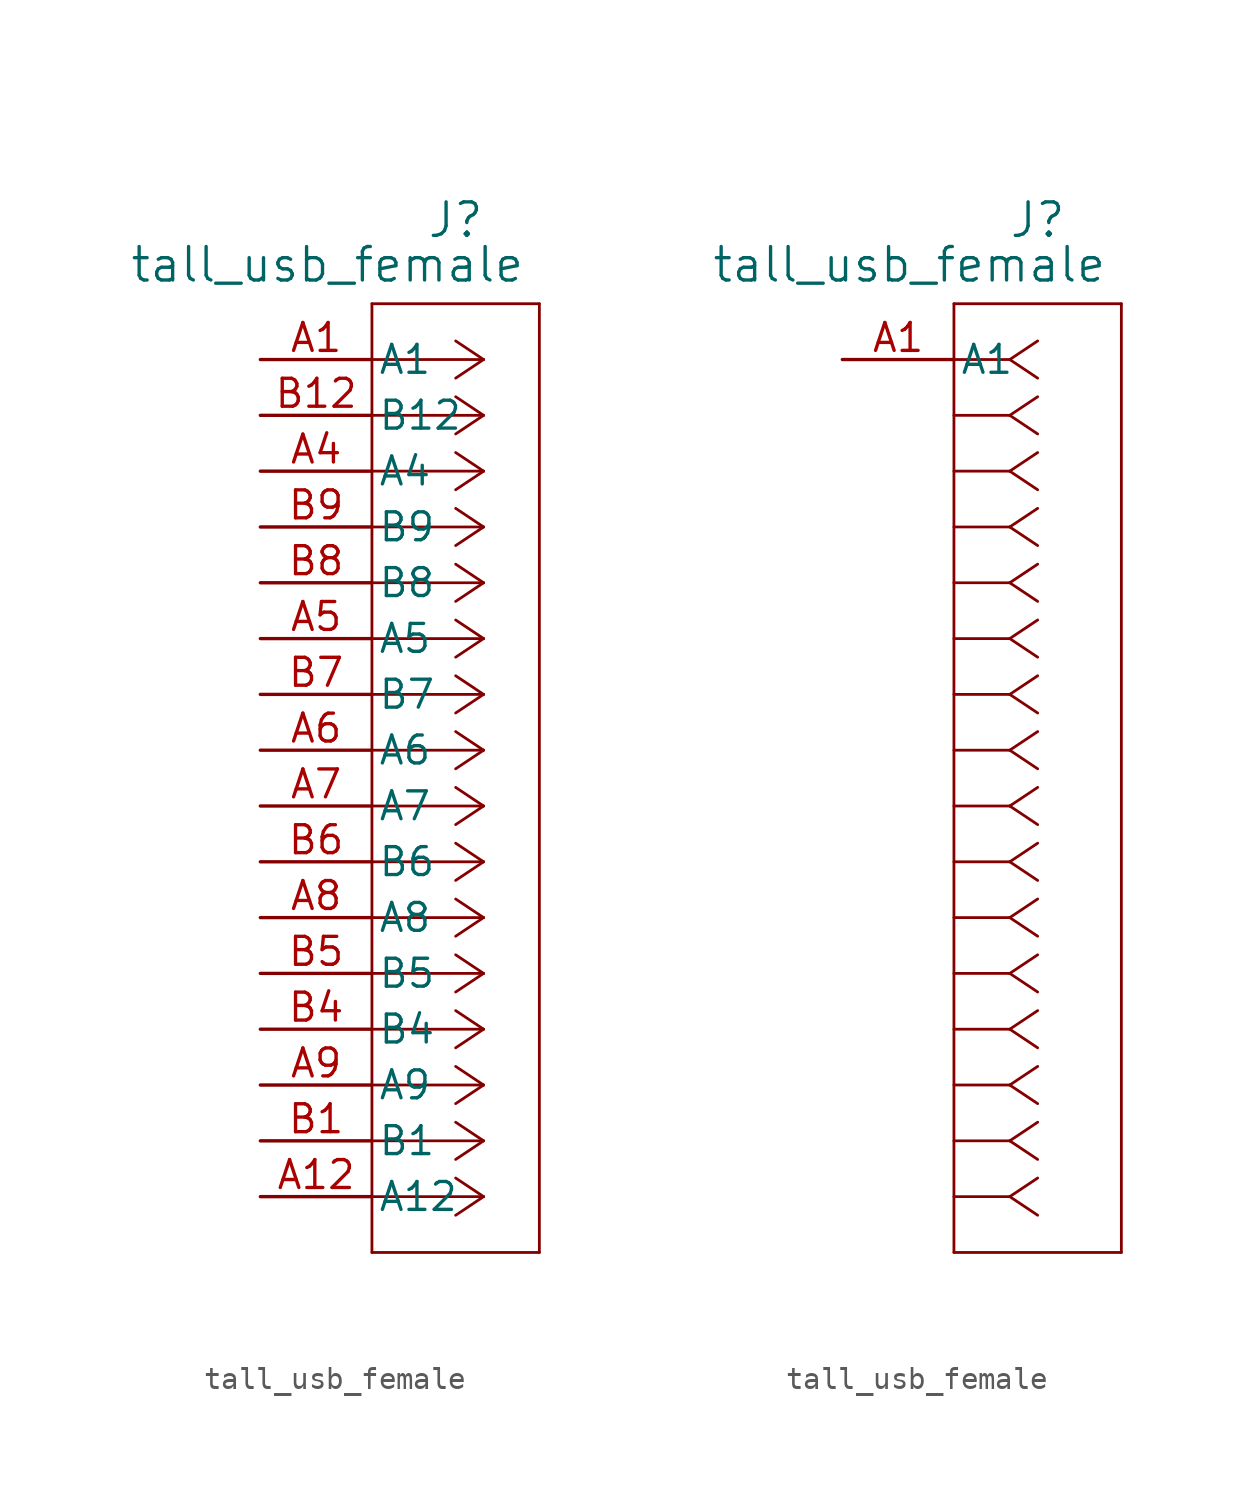
<source format=kicad_sym>
(kicad_symbol_lib
  (version 20231120)
  (generator "kicad_symbol_editor")
  (generator_version "8.0")
  (symbol "tall_usb_female"
    (pin_names
      (offset 0.254))
    (property "Reference" "J"
      (at 8.89 6.35 0)
      (effects (font (size 1.524 1.524))))
    (property "Value" "tall_usb_female"
      (at 3.048 4.318 0)
      (effects (font (size 1.524 1.524))))
    (property "ki_locked" ""
      (at 0 0 0)
      (effects (font (size 1.27 1.27))))
    (symbol "tall_usb_female_1_1"
      (polyline (pts (xy 5.08 -40.64) (xy 12.7 -40.64)) (stroke (width 0.127) (type default)) (fill (type none)))
      (polyline (pts (xy 5.08 2.54) (xy 5.08 -40.64)) (stroke (width 0.127) (type default)) (fill (type none)))
      (polyline (pts (xy 10.16 -38.1) (xy 5.08 -38.1)) (stroke (width 0.127) (type default)) (fill (type none)))
      (polyline (pts (xy 10.16 -38.1) (xy 8.89 -38.947)) (stroke (width 0.127) (type default)) (fill (type none)))
      (polyline (pts (xy 10.16 -38.1) (xy 8.89 -37.253)) (stroke (width 0.127) (type default)) (fill (type none)))
      (polyline (pts (xy 10.16 -35.56) (xy 5.08 -35.56)) (stroke (width 0.127) (type default)) (fill (type none)))
      (polyline (pts (xy 10.16 -35.56) (xy 8.89 -36.407)) (stroke (width 0.127) (type default)) (fill (type none)))
      (polyline (pts (xy 10.16 -35.56) (xy 8.89 -34.713)) (stroke (width 0.127) (type default)) (fill (type none)))
      (polyline (pts (xy 10.16 -33.02) (xy 5.08 -33.02)) (stroke (width 0.127) (type default)) (fill (type none)))
      (polyline (pts (xy 10.16 -33.02) (xy 8.89 -33.867)) (stroke (width 0.127) (type default)) (fill (type none)))
      (polyline (pts (xy 10.16 -33.02) (xy 8.89 -32.173)) (stroke (width 0.127) (type default)) (fill (type none)))
      (polyline (pts (xy 10.16 -30.48) (xy 5.08 -30.48)) (stroke (width 0.127) (type default)) (fill (type none)))
      (polyline (pts (xy 10.16 -30.48) (xy 8.89 -31.327)) (stroke (width 0.127) (type default)) (fill (type none)))
      (polyline (pts (xy 10.16 -30.48) (xy 8.89 -29.633)) (stroke (width 0.127) (type default)) (fill (type none)))
      (polyline (pts (xy 10.16 -27.94) (xy 5.08 -27.94)) (stroke (width 0.127) (type default)) (fill (type none)))
      (polyline (pts (xy 10.16 -27.94) (xy 8.89 -28.787)) (stroke (width 0.127) (type default)) (fill (type none)))
      (polyline (pts (xy 10.16 -27.94) (xy 8.89 -27.093)) (stroke (width 0.127) (type default)) (fill (type none)))
      (polyline (pts (xy 10.16 -25.4) (xy 5.08 -25.4)) (stroke (width 0.127) (type default)) (fill (type none)))
      (polyline (pts (xy 10.16 -25.4) (xy 8.89 -26.247)) (stroke (width 0.127) (type default)) (fill (type none)))
      (polyline (pts (xy 10.16 -25.4) (xy 8.89 -24.553)) (stroke (width 0.127) (type default)) (fill (type none)))
      (polyline (pts (xy 10.16 -22.86) (xy 5.08 -22.86)) (stroke (width 0.127) (type default)) (fill (type none)))
      (polyline (pts (xy 10.16 -22.86) (xy 8.89 -23.707)) (stroke (width 0.127) (type default)) (fill (type none)))
      (polyline (pts (xy 10.16 -22.86) (xy 8.89 -22.013)) (stroke (width 0.127) (type default)) (fill (type none)))
      (polyline (pts (xy 10.16 -20.32) (xy 5.08 -20.32)) (stroke (width 0.127) (type default)) (fill (type none)))
      (polyline (pts (xy 10.16 -20.32) (xy 8.89 -21.167)) (stroke (width 0.127) (type default)) (fill (type none)))
      (polyline (pts (xy 10.16 -20.32) (xy 8.89 -19.473)) (stroke (width 0.127) (type default)) (fill (type none)))
      (polyline (pts (xy 10.16 -17.78) (xy 5.08 -17.78)) (stroke (width 0.127) (type default)) (fill (type none)))
      (polyline (pts (xy 10.16 -17.78) (xy 8.89 -18.627)) (stroke (width 0.127) (type default)) (fill (type none)))
      (polyline (pts (xy 10.16 -17.78) (xy 8.89 -16.933)) (stroke (width 0.127) (type default)) (fill (type none)))
      (polyline (pts (xy 10.16 -15.24) (xy 5.08 -15.24)) (stroke (width 0.127) (type default)) (fill (type none)))
      (polyline (pts (xy 10.16 -15.24) (xy 8.89 -16.087)) (stroke (width 0.127) (type default)) (fill (type none)))
      (polyline (pts (xy 10.16 -15.24) (xy 8.89 -14.393)) (stroke (width 0.127) (type default)) (fill (type none)))
      (polyline (pts (xy 10.16 -12.7) (xy 5.08 -12.7)) (stroke (width 0.127) (type default)) (fill (type none)))
      (polyline (pts (xy 10.16 -12.7) (xy 8.89 -13.547)) (stroke (width 0.127) (type default)) (fill (type none)))
      (polyline (pts (xy 10.16 -12.7) (xy 8.89 -11.853)) (stroke (width 0.127) (type default)) (fill (type none)))
      (polyline (pts (xy 10.16 -10.16) (xy 5.08 -10.16)) (stroke (width 0.127) (type default)) (fill (type none)))
      (polyline (pts (xy 10.16 -10.16) (xy 8.89 -11.007)) (stroke (width 0.127) (type default)) (fill (type none)))
      (polyline (pts (xy 10.16 -10.16) (xy 8.89 -9.313)) (stroke (width 0.127) (type default)) (fill (type none)))
      (polyline (pts (xy 10.16 -7.62) (xy 5.08 -7.62)) (stroke (width 0.127) (type default)) (fill (type none)))
      (polyline (pts (xy 10.16 -7.62) (xy 8.89 -8.467)) (stroke (width 0.127) (type default)) (fill (type none)))
      (polyline (pts (xy 10.16 -7.62) (xy 8.89 -6.773)) (stroke (width 0.127) (type default)) (fill (type none)))
      (polyline (pts (xy 10.16 -5.08) (xy 5.08 -5.08)) (stroke (width 0.127) (type default)) (fill (type none)))
      (polyline (pts (xy 10.16 -5.08) (xy 8.89 -5.927)) (stroke (width 0.127) (type default)) (fill (type none)))
      (polyline (pts (xy 10.16 -5.08) (xy 8.89 -4.233)) (stroke (width 0.127) (type default)) (fill (type none)))
      (polyline (pts (xy 10.16 -2.54) (xy 5.08 -2.54)) (stroke (width 0.127) (type default)) (fill (type none)))
      (polyline (pts (xy 10.16 -2.54) (xy 8.89 -3.387)) (stroke (width 0.127) (type default)) (fill (type none)))
      (polyline (pts (xy 10.16 -2.54) (xy 8.89 -1.693)) (stroke (width 0.127) (type default)) (fill (type none)))
      (polyline (pts (xy 10.16 0) (xy 5.08 0)) (stroke (width 0.127) (type default)) (fill (type none)))
      (polyline (pts (xy 10.16 0) (xy 8.89 -0.847)) (stroke (width 0.127) (type default)) (fill (type none)))
      (polyline (pts (xy 10.16 0) (xy 8.89 0.847)) (stroke (width 0.127) (type default)) (fill (type none)))
      (polyline (pts (xy 12.7 -40.64) (xy 12.7 2.54)) (stroke (width 0.127) (type default)) (fill (type none)))
      (polyline (pts (xy 12.7 2.54) (xy 5.08 2.54)) (stroke (width 0.127) (type default)) (fill (type none)))
      (pin bidirectional line (at 0 0 0) (length 5.08) (name "A1" (effects (font (size 1.27 1.27)))) (number "A1" (effects (font (size 1.27 1.27)))))
      (pin bidirectional line (at 0 -38.1 0) (length 5.08) (name "A12" (effects (font (size 1.27 1.27)))) (number "A12" (effects (font (size 1.27 1.27)))))
      (pin bidirectional line (at 0 -5.08 0) (length 5.08) (name "A4" (effects (font (size 1.27 1.27)))) (number "A4" (effects (font (size 1.27 1.27)))))
      (pin bidirectional line (at 0 -12.7 0) (length 5.08) (name "A5" (effects (font (size 1.27 1.27)))) (number "A5" (effects (font (size 1.27 1.27)))))
      (pin bidirectional line (at 0 -17.78 0) (length 5.08) (name "A6" (effects (font (size 1.27 1.27)))) (number "A6" (effects (font (size 1.27 1.27)))))
      (pin bidirectional line (at 0 -20.32 0) (length 5.08) (name "A7" (effects (font (size 1.27 1.27)))) (number "A7" (effects (font (size 1.27 1.27)))))
      (pin bidirectional line (at 0 -25.4 0) (length 5.08) (name "A8" (effects (font (size 1.27 1.27)))) (number "A8" (effects (font (size 1.27 1.27)))))
      (pin bidirectional line (at 0 -33.02 0) (length 5.08) (name "A9" (effects (font (size 1.27 1.27)))) (number "A9" (effects (font (size 1.27 1.27)))))
      (pin bidirectional line (at 0 -35.56 0) (length 5.08) (name "B1" (effects (font (size 1.27 1.27)))) (number "B1" (effects (font (size 1.27 1.27)))))
      (pin bidirectional line (at 0 -2.54 0) (length 5.08) (name "B12" (effects (font (size 1.27 1.27)))) (number "B12" (effects (font (size 1.27 1.27)))))
      (pin bidirectional line (at 0 -30.48 0) (length 5.08) (name "B4" (effects (font (size 1.27 1.27)))) (number "B4" (effects (font (size 1.27 1.27)))))
      (pin bidirectional line (at 0 -27.94 0) (length 5.08) (name "B5" (effects (font (size 1.27 1.27)))) (number "B5" (effects (font (size 1.27 1.27)))))
      (pin bidirectional line (at 0 -22.86 0) (length 5.08) (name "B6" (effects (font (size 1.27 1.27)))) (number "B6" (effects (font (size 1.27 1.27)))))
      (pin bidirectional line (at 0 -15.24 0) (length 5.08) (name "B7" (effects (font (size 1.27 1.27)))) (number "B7" (effects (font (size 1.27 1.27)))))
      (pin bidirectional line (at 0 -10.16 0) (length 5.08) (name "B8" (effects (font (size 1.27 1.27)))) (number "B8" (effects (font (size 1.27 1.27)))))
      (pin bidirectional line (at 0 -7.62 0) (length 5.08) (name "B9" (effects (font (size 1.27 1.27)))) (number "B9" (effects (font (size 1.27 1.27))))))
    (symbol "tall_usb_female_1_2"
      (polyline (pts (xy 5.08 -40.64) (xy 12.7 -40.64)) (stroke (width 0.127) (type default)) (fill (type none)))
      (polyline (pts (xy 5.08 2.54) (xy 5.08 -40.64)) (stroke (width 0.127) (type default)) (fill (type none)))
      (polyline (pts (xy 7.62 -38.1) (xy 5.08 -38.1)) (stroke (width 0.127) (type default)) (fill (type none)))
      (polyline (pts (xy 7.62 -38.1) (xy 8.89 -38.947)) (stroke (width 0.127) (type default)) (fill (type none)))
      (polyline (pts (xy 7.62 -38.1) (xy 8.89 -37.253)) (stroke (width 0.127) (type default)) (fill (type none)))
      (polyline (pts (xy 7.62 -35.56) (xy 5.08 -35.56)) (stroke (width 0.127) (type default)) (fill (type none)))
      (polyline (pts (xy 7.62 -35.56) (xy 8.89 -36.407)) (stroke (width 0.127) (type default)) (fill (type none)))
      (polyline (pts (xy 7.62 -35.56) (xy 8.89 -34.713)) (stroke (width 0.127) (type default)) (fill (type none)))
      (polyline (pts (xy 7.62 -33.02) (xy 5.08 -33.02)) (stroke (width 0.127) (type default)) (fill (type none)))
      (polyline (pts (xy 7.62 -33.02) (xy 8.89 -33.867)) (stroke (width 0.127) (type default)) (fill (type none)))
      (polyline (pts (xy 7.62 -33.02) (xy 8.89 -32.173)) (stroke (width 0.127) (type default)) (fill (type none)))
      (polyline (pts (xy 7.62 -30.48) (xy 5.08 -30.48)) (stroke (width 0.127) (type default)) (fill (type none)))
      (polyline (pts (xy 7.62 -30.48) (xy 8.89 -31.327)) (stroke (width 0.127) (type default)) (fill (type none)))
      (polyline (pts (xy 7.62 -30.48) (xy 8.89 -29.633)) (stroke (width 0.127) (type default)) (fill (type none)))
      (polyline (pts (xy 7.62 -27.94) (xy 5.08 -27.94)) (stroke (width 0.127) (type default)) (fill (type none)))
      (polyline (pts (xy 7.62 -27.94) (xy 8.89 -28.787)) (stroke (width 0.127) (type default)) (fill (type none)))
      (polyline (pts (xy 7.62 -27.94) (xy 8.89 -27.093)) (stroke (width 0.127) (type default)) (fill (type none)))
      (polyline (pts (xy 7.62 -25.4) (xy 5.08 -25.4)) (stroke (width 0.127) (type default)) (fill (type none)))
      (polyline (pts (xy 7.62 -25.4) (xy 8.89 -26.247)) (stroke (width 0.127) (type default)) (fill (type none)))
      (polyline (pts (xy 7.62 -25.4) (xy 8.89 -24.553)) (stroke (width 0.127) (type default)) (fill (type none)))
      (polyline (pts (xy 7.62 -22.86) (xy 5.08 -22.86)) (stroke (width 0.127) (type default)) (fill (type none)))
      (polyline (pts (xy 7.62 -22.86) (xy 8.89 -23.707)) (stroke (width 0.127) (type default)) (fill (type none)))
      (polyline (pts (xy 7.62 -22.86) (xy 8.89 -22.013)) (stroke (width 0.127) (type default)) (fill (type none)))
      (polyline (pts (xy 7.62 -20.32) (xy 5.08 -20.32)) (stroke (width 0.127) (type default)) (fill (type none)))
      (polyline (pts (xy 7.62 -20.32) (xy 8.89 -21.167)) (stroke (width 0.127) (type default)) (fill (type none)))
      (polyline (pts (xy 7.62 -20.32) (xy 8.89 -19.473)) (stroke (width 0.127) (type default)) (fill (type none)))
      (polyline (pts (xy 7.62 -17.78) (xy 5.08 -17.78)) (stroke (width 0.127) (type default)) (fill (type none)))
      (polyline (pts (xy 7.62 -17.78) (xy 8.89 -18.627)) (stroke (width 0.127) (type default)) (fill (type none)))
      (polyline (pts (xy 7.62 -17.78) (xy 8.89 -16.933)) (stroke (width 0.127) (type default)) (fill (type none)))
      (polyline (pts (xy 7.62 -15.24) (xy 5.08 -15.24)) (stroke (width 0.127) (type default)) (fill (type none)))
      (polyline (pts (xy 7.62 -15.24) (xy 8.89 -16.087)) (stroke (width 0.127) (type default)) (fill (type none)))
      (polyline (pts (xy 7.62 -15.24) (xy 8.89 -14.393)) (stroke (width 0.127) (type default)) (fill (type none)))
      (polyline (pts (xy 7.62 -12.7) (xy 5.08 -12.7)) (stroke (width 0.127) (type default)) (fill (type none)))
      (polyline (pts (xy 7.62 -12.7) (xy 8.89 -13.547)) (stroke (width 0.127) (type default)) (fill (type none)))
      (polyline (pts (xy 7.62 -12.7) (xy 8.89 -11.853)) (stroke (width 0.127) (type default)) (fill (type none)))
      (polyline (pts (xy 7.62 -10.16) (xy 5.08 -10.16)) (stroke (width 0.127) (type default)) (fill (type none)))
      (polyline (pts (xy 7.62 -10.16) (xy 8.89 -11.007)) (stroke (width 0.127) (type default)) (fill (type none)))
      (polyline (pts (xy 7.62 -10.16) (xy 8.89 -9.313)) (stroke (width 0.127) (type default)) (fill (type none)))
      (polyline (pts (xy 7.62 -7.62) (xy 5.08 -7.62)) (stroke (width 0.127) (type default)) (fill (type none)))
      (polyline (pts (xy 7.62 -7.62) (xy 8.89 -8.467)) (stroke (width 0.127) (type default)) (fill (type none)))
      (polyline (pts (xy 7.62 -7.62) (xy 8.89 -6.773)) (stroke (width 0.127) (type default)) (fill (type none)))
      (polyline (pts (xy 7.62 -5.08) (xy 5.08 -5.08)) (stroke (width 0.127) (type default)) (fill (type none)))
      (polyline (pts (xy 7.62 -5.08) (xy 8.89 -5.927)) (stroke (width 0.127) (type default)) (fill (type none)))
      (polyline (pts (xy 7.62 -5.08) (xy 8.89 -4.233)) (stroke (width 0.127) (type default)) (fill (type none)))
      (polyline (pts (xy 7.62 -2.54) (xy 5.08 -2.54)) (stroke (width 0.127) (type default)) (fill (type none)))
      (polyline (pts (xy 7.62 -2.54) (xy 8.89 -3.387)) (stroke (width 0.127) (type default)) (fill (type none)))
      (polyline (pts (xy 7.62 -2.54) (xy 8.89 -1.693)) (stroke (width 0.127) (type default)) (fill (type none)))
      (polyline (pts (xy 7.62 0) (xy 5.08 0)) (stroke (width 0.127) (type default)) (fill (type none)))
      (polyline (pts (xy 7.62 0) (xy 8.89 -0.847)) (stroke (width 0.127) (type default)) (fill (type none)))
      (polyline (pts (xy 7.62 0) (xy 8.89 0.847)) (stroke (width 0.127) (type default)) (fill (type none)))
      (polyline (pts (xy 12.7 -40.64) (xy 12.7 2.54)) (stroke (width 0.127) (type default)) (fill (type none)))
      (polyline (pts (xy 12.7 2.54) (xy 5.08 2.54)) (stroke (width 0.127) (type default)) (fill (type none)))
      (pin power_out line (at 0 0 0) (length 5.08) (name "A1" (effects (font (size 1.27 1.27)))) (number "A1" (effects (font (size 1.27 1.27))))))))
</source>
